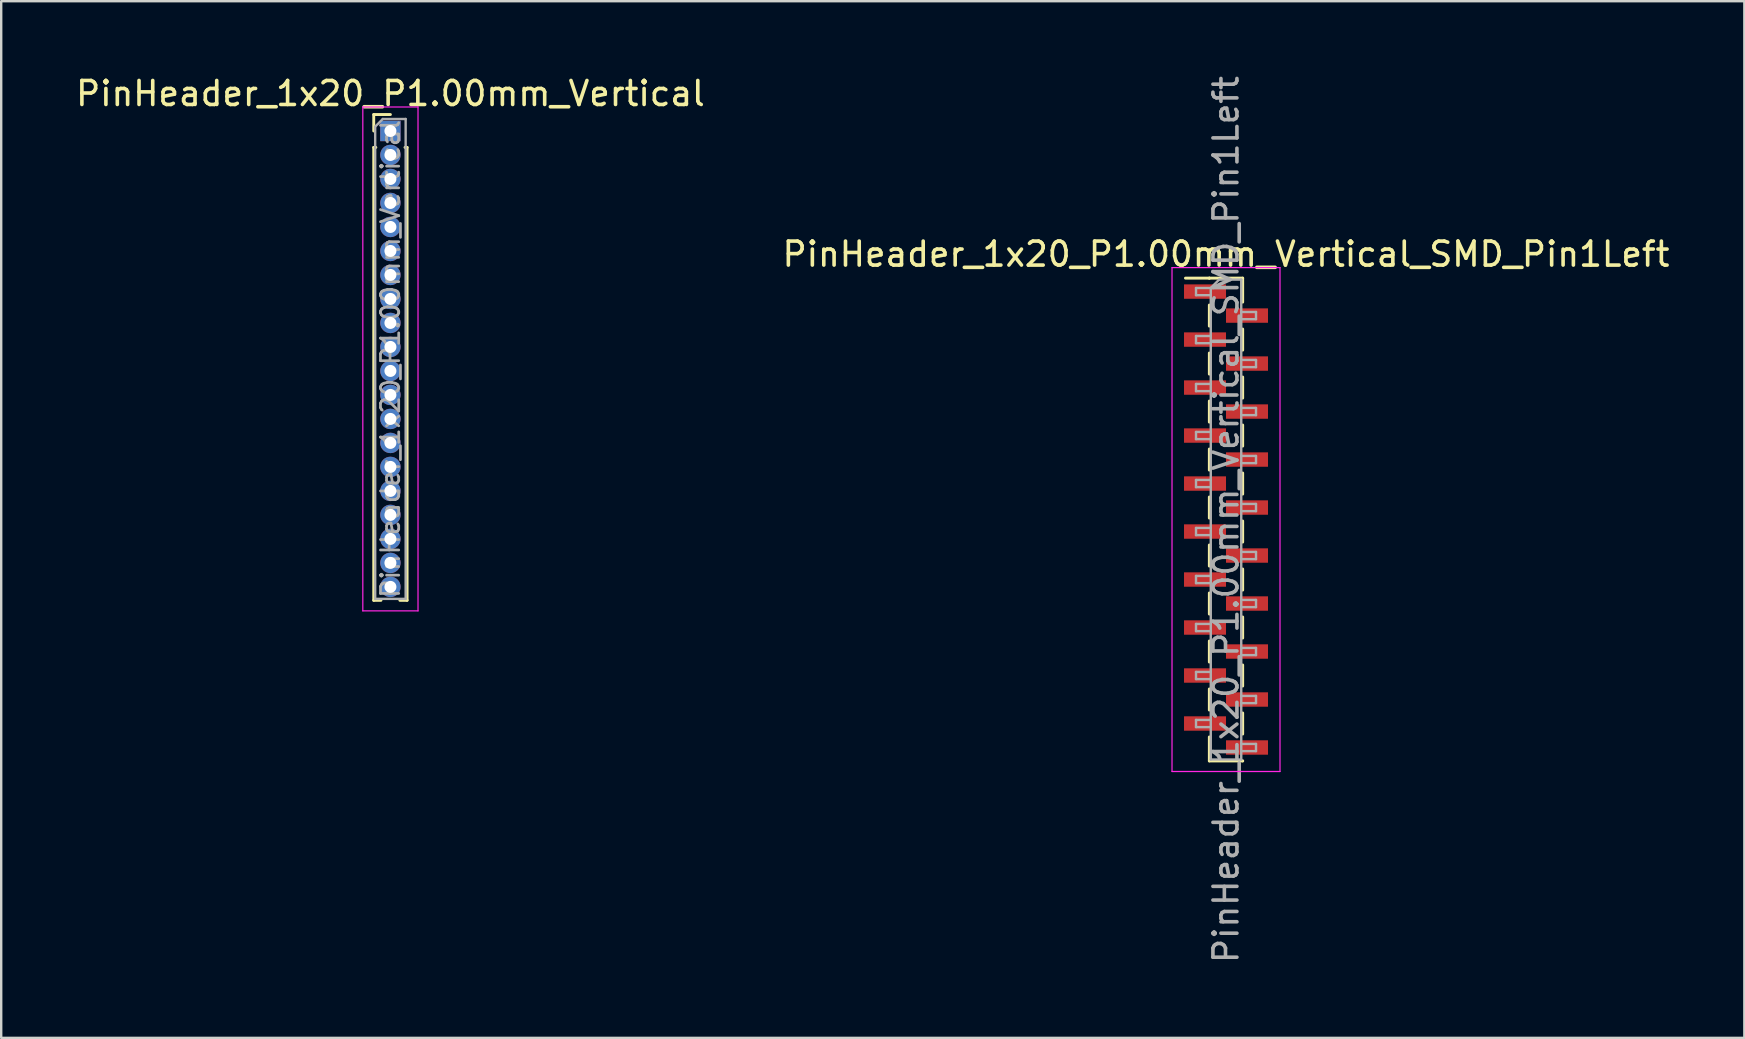
<source format=kicad_pcb>
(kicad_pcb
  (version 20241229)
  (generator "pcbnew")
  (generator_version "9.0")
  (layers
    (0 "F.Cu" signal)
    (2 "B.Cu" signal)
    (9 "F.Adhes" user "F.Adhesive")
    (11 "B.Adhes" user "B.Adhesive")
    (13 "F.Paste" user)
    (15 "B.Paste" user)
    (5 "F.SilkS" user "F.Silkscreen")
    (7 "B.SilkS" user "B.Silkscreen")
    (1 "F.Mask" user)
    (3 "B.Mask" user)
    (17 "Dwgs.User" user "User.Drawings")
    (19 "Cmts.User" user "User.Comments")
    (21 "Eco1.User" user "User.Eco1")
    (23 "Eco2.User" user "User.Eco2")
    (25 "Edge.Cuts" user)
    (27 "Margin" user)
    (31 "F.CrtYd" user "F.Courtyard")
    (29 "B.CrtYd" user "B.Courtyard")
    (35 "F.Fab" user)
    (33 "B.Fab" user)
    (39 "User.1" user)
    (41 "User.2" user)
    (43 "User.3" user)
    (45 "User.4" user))
  (footprint "PinHeader_1x20_P1.00mm_Vertical_SMD_Pin1Left"
    (layer "F.Cu")
    (at 48.042 18.601)
    (property "Reference" "PinHeader_1x20_P1.00mm_Vertical_SMD_Pin1Left" (at 0 -11.06 0) (layer "F.SilkS") (effects (font (size 1 1) (thickness 0.15))))
    (attr smd)
    (fp_line (start -0.695 -10.06) (end -1.69 -10.06) (stroke (width 0.12) (type solid)) (layer "F.SilkS"))
    (fp_line (start -0.695 -10.06) (end -0.695 -10.06) (stroke (width 0.12) (type solid)) (layer "F.SilkS"))
    (fp_line (start -0.695 -10.06) (end 0.695 -10.06) (stroke (width 0.12) (type solid)) (layer "F.SilkS"))
    (fp_line (start -0.695 -8.94) (end -0.695 -8.06) (stroke (width 0.12) (type solid)) (layer "F.SilkS"))
    (fp_line (start -0.695 -6.94) (end -0.695 -6.06) (stroke (width 0.12) (type solid)) (layer "F.SilkS"))
    (fp_line (start -0.695 -4.94) (end -0.695 -4.06) (stroke (width 0.12) (type solid)) (layer "F.SilkS"))
    (fp_line (start -0.695 -2.94) (end -0.695 -2.06) (stroke (width 0.12) (type solid)) (layer "F.SilkS"))
    (fp_line (start -0.695 -0.94) (end -0.695 -0.06) (stroke (width 0.12) (type solid)) (layer "F.SilkS"))
    (fp_line (start -0.695 1.06) (end -0.695 1.94) (stroke (width 0.12) (type solid)) (layer "F.SilkS"))
    (fp_line (start -0.695 3.06) (end -0.695 3.94) (stroke (width 0.12) (type solid)) (layer "F.SilkS"))
    (fp_line (start -0.695 5.06) (end -0.695 5.94) (stroke (width 0.12) (type solid)) (layer "F.SilkS"))
    (fp_line (start -0.695 7.06) (end -0.695 7.94) (stroke (width 0.12) (type solid)) (layer "F.SilkS"))
    (fp_line (start -0.695 9.06) (end -0.695 10.06) (stroke (width 0.12) (type solid)) (layer "F.SilkS"))
    (fp_line (start -0.695 10.06) (end 0.695 10.06) (stroke (width 0.12) (type solid)) (layer "F.SilkS"))
    (fp_line (start 0.695 -10.06) (end 0.695 -9.06) (stroke (width 0.12) (type solid)) (layer "F.SilkS"))
    (fp_line (start 0.695 -7.94) (end 0.695 -7.06) (stroke (width 0.12) (type solid)) (layer "F.SilkS"))
    (fp_line (start 0.695 -5.94) (end 0.695 -5.06) (stroke (width 0.12) (type solid)) (layer "F.SilkS"))
    (fp_line (start 0.695 -3.94) (end 0.695 -3.06) (stroke (width 0.12) (type solid)) (layer "F.SilkS"))
    (fp_line (start 0.695 -1.94) (end 0.695 -1.06) (stroke (width 0.12) (type solid)) (layer "F.SilkS"))
    (fp_line (start 0.695 0.06) (end 0.695 0.94) (stroke (width 0.12) (type solid)) (layer "F.SilkS"))
    (fp_line (start 0.695 2.06) (end 0.695 2.94) (stroke (width 0.12) (type solid)) (layer "F.SilkS"))
    (fp_line (start 0.695 4.06) (end 0.695 4.94) (stroke (width 0.12) (type solid)) (layer "F.SilkS"))
    (fp_line (start 0.695 6.06) (end 0.695 6.94) (stroke (width 0.12) (type solid)) (layer "F.SilkS"))
    (fp_line (start 0.695 8.06) (end 0.695 8.94) (stroke (width 0.12) (type solid)) (layer "F.SilkS"))
    (fp_line (start 0.695 10.06) (end 0.695 10.06) (stroke (width 0.12) (type solid)) (layer "F.SilkS"))
    (fp_line (start -2.25 -10.5) (end -2.25 10.5) (stroke (width 0.05) (type solid)) (layer "F.CrtYd"))
    (fp_line (start -2.25 10.5) (end 2.25 10.5) (stroke (width 0.05) (type solid)) (layer "F.CrtYd"))
    (fp_line (start 2.25 -10.5) (end -2.25 -10.5) (stroke (width 0.05) (type solid)) (layer "F.CrtYd"))
    (fp_line (start 2.25 10.5) (end 2.25 -10.5) (stroke (width 0.05) (type solid)) (layer "F.CrtYd"))
    (fp_line (start -1.25 -9.65) (end -1.25 -9.35) (stroke (width 0.1) (type solid)) (layer "F.Fab"))
    (fp_line (start -1.25 -9.35) (end -0.635 -9.35) (stroke (width 0.1) (type solid)) (layer "F.Fab"))
    (fp_line (start -1.25 -7.65) (end -1.25 -7.35) (stroke (width 0.1) (type solid)) (layer "F.Fab"))
    (fp_line (start -1.25 -7.35) (end -0.635 -7.35) (stroke (width 0.1) (type solid)) (layer "F.Fab"))
    (fp_line (start -1.25 -5.65) (end -1.25 -5.35) (stroke (width 0.1) (type solid)) (layer "F.Fab"))
    (fp_line (start -1.25 -5.35) (end -0.635 -5.35) (stroke (width 0.1) (type solid)) (layer "F.Fab"))
    (fp_line (start -1.25 -3.65) (end -1.25 -3.35) (stroke (width 0.1) (type solid)) (layer "F.Fab"))
    (fp_line (start -1.25 -3.35) (end -0.635 -3.35) (stroke (width 0.1) (type solid)) (layer "F.Fab"))
    (fp_line (start -1.25 -1.65) (end -1.25 -1.35) (stroke (width 0.1) (type solid)) (layer "F.Fab"))
    (fp_line (start -1.25 -1.35) (end -0.635 -1.35) (stroke (width 0.1) (type solid)) (layer "F.Fab"))
    (fp_line (start -1.25 0.35) (end -1.25 0.65) (stroke (width 0.1) (type solid)) (layer "F.Fab"))
    (fp_line (start -1.25 0.65) (end -0.635 0.65) (stroke (width 0.1) (type solid)) (layer "F.Fab"))
    (fp_line (start -1.25 2.35) (end -1.25 2.65) (stroke (width 0.1) (type solid)) (layer "F.Fab"))
    (fp_line (start -1.25 2.65) (end -0.635 2.65) (stroke (width 0.1) (type solid)) (layer "F.Fab"))
    (fp_line (start -1.25 4.35) (end -1.25 4.65) (stroke (width 0.1) (type solid)) (layer "F.Fab"))
    (fp_line (start -1.25 4.65) (end -0.635 4.65) (stroke (width 0.1) (type solid)) (layer "F.Fab"))
    (fp_line (start -1.25 6.35) (end -1.25 6.65) (stroke (width 0.1) (type solid)) (layer "F.Fab"))
    (fp_line (start -1.25 6.65) (end -0.635 6.65) (stroke (width 0.1) (type solid)) (layer "F.Fab"))
    (fp_line (start -1.25 8.35) (end -1.25 8.65) (stroke (width 0.1) (type solid)) (layer "F.Fab"))
    (fp_line (start -1.25 8.65) (end -0.635 8.65) (stroke (width 0.1) (type solid)) (layer "F.Fab"))
    (fp_line (start -0.635 -9.65) (end -1.25 -9.65) (stroke (width 0.1) (type solid)) (layer "F.Fab"))
    (fp_line (start -0.635 -9.65) (end -0.285 -10) (stroke (width 0.1) (type solid)) (layer "F.Fab"))
    (fp_line (start -0.635 -7.65) (end -1.25 -7.65) (stroke (width 0.1) (type solid)) (layer "F.Fab"))
    (fp_line (start -0.635 -5.65) (end -1.25 -5.65) (stroke (width 0.1) (type solid)) (layer "F.Fab"))
    (fp_line (start -0.635 -3.65) (end -1.25 -3.65) (stroke (width 0.1) (type solid)) (layer "F.Fab"))
    (fp_line (start -0.635 -1.65) (end -1.25 -1.65) (stroke (width 0.1) (type solid)) (layer "F.Fab"))
    (fp_line (start -0.635 0.35) (end -1.25 0.35) (stroke (width 0.1) (type solid)) (layer "F.Fab"))
    (fp_line (start -0.635 2.35) (end -1.25 2.35) (stroke (width 0.1) (type solid)) (layer "F.Fab"))
    (fp_line (start -0.635 4.35) (end -1.25 4.35) (stroke (width 0.1) (type solid)) (layer "F.Fab"))
    (fp_line (start -0.635 6.35) (end -1.25 6.35) (stroke (width 0.1) (type solid)) (layer "F.Fab"))
    (fp_line (start -0.635 8.35) (end -1.25 8.35) (stroke (width 0.1) (type solid)) (layer "F.Fab"))
    (fp_line (start -0.635 10) (end -0.635 -9.65) (stroke (width 0.1) (type solid)) (layer "F.Fab"))
    (fp_line (start -0.285 -10) (end 0.635 -10) (stroke (width 0.1) (type solid)) (layer "F.Fab"))
    (fp_line (start 0.635 -10) (end 0.635 10) (stroke (width 0.1) (type solid)) (layer "F.Fab"))
    (fp_line (start 0.635 -8.65) (end 1.25 -8.65) (stroke (width 0.1) (type solid)) (layer "F.Fab"))
    (fp_line (start 0.635 -6.65) (end 1.25 -6.65) (stroke (width 0.1) (type solid)) (layer "F.Fab"))
    (fp_line (start 0.635 -4.65) (end 1.25 -4.65) (stroke (width 0.1) (type solid)) (layer "F.Fab"))
    (fp_line (start 0.635 -2.65) (end 1.25 -2.65) (stroke (width 0.1) (type solid)) (layer "F.Fab"))
    (fp_line (start 0.635 -0.65) (end 1.25 -0.65) (stroke (width 0.1) (type solid)) (layer "F.Fab"))
    (fp_line (start 0.635 1.35) (end 1.25 1.35) (stroke (width 0.1) (type solid)) (layer "F.Fab"))
    (fp_line (start 0.635 3.35) (end 1.25 3.35) (stroke (width 0.1) (type solid)) (layer "F.Fab"))
    (fp_line (start 0.635 5.35) (end 1.25 5.35) (stroke (width 0.1) (type solid)) (layer "F.Fab"))
    (fp_line (start 0.635 7.35) (end 1.25 7.35) (stroke (width 0.1) (type solid)) (layer "F.Fab"))
    (fp_line (start 0.635 9.35) (end 1.25 9.35) (stroke (width 0.1) (type solid)) (layer "F.Fab"))
    (fp_line (start 0.635 10) (end -0.635 10) (stroke (width 0.1) (type solid)) (layer "F.Fab"))
    (fp_line (start 1.25 -8.65) (end 1.25 -8.35) (stroke (width 0.1) (type solid)) (layer "F.Fab"))
    (fp_line (start 1.25 -8.35) (end 0.635 -8.35) (stroke (width 0.1) (type solid)) (layer "F.Fab"))
    (fp_line (start 1.25 -6.65) (end 1.25 -6.35) (stroke (width 0.1) (type solid)) (layer "F.Fab"))
    (fp_line (start 1.25 -6.35) (end 0.635 -6.35) (stroke (width 0.1) (type solid)) (layer "F.Fab"))
    (fp_line (start 1.25 -4.65) (end 1.25 -4.35) (stroke (width 0.1) (type solid)) (layer "F.Fab"))
    (fp_line (start 1.25 -4.35) (end 0.635 -4.35) (stroke (width 0.1) (type solid)) (layer "F.Fab"))
    (fp_line (start 1.25 -2.65) (end 1.25 -2.35) (stroke (width 0.1) (type solid)) (layer "F.Fab"))
    (fp_line (start 1.25 -2.35) (end 0.635 -2.35) (stroke (width 0.1) (type solid)) (layer "F.Fab"))
    (fp_line (start 1.25 -0.65) (end 1.25 -0.35) (stroke (width 0.1) (type solid)) (layer "F.Fab"))
    (fp_line (start 1.25 -0.35) (end 0.635 -0.35) (stroke (width 0.1) (type solid)) (layer "F.Fab"))
    (fp_line (start 1.25 1.35) (end 1.25 1.65) (stroke (width 0.1) (type solid)) (layer "F.Fab"))
    (fp_line (start 1.25 1.65) (end 0.635 1.65) (stroke (width 0.1) (type solid)) (layer "F.Fab"))
    (fp_line (start 1.25 3.35) (end 1.25 3.65) (stroke (width 0.1) (type solid)) (layer "F.Fab"))
    (fp_line (start 1.25 3.65) (end 0.635 3.65) (stroke (width 0.1) (type solid)) (layer "F.Fab"))
    (fp_line (start 1.25 5.35) (end 1.25 5.65) (stroke (width 0.1) (type solid)) (layer "F.Fab"))
    (fp_line (start 1.25 5.65) (end 0.635 5.65) (stroke (width 0.1) (type solid)) (layer "F.Fab"))
    (fp_line (start 1.25 7.35) (end 1.25 7.65) (stroke (width 0.1) (type solid)) (layer "F.Fab"))
    (fp_line (start 1.25 7.65) (end 0.635 7.65) (stroke (width 0.1) (type solid)) (layer "F.Fab"))
    (fp_line (start 1.25 9.35) (end 1.25 9.65) (stroke (width 0.1) (type solid)) (layer "F.Fab"))
    (fp_line (start 1.25 9.65) (end 0.635 9.65) (stroke (width 0.1) (type solid)) (layer "F.Fab"))
    (fp_text user "${REFERENCE}" (at 0 0 90) (layer "F.Fab") (effects (font (size 1 1) (thickness 0.15))))
    (pad "1" smd rect (at -0.875 -9.5) (size 1.75 0.6) (layers "F.Cu" "F.Mask" "F.Paste"))
    (pad "2" smd rect (at 0.875 -8.5) (size 1.75 0.6) (layers "F.Cu" "F.Mask" "F.Paste"))
    (pad "3" smd rect (at -0.875 -7.5) (size 1.75 0.6) (layers "F.Cu" "F.Mask" "F.Paste"))
    (pad "4" smd rect (at 0.875 -6.5) (size 1.75 0.6) (layers "F.Cu" "F.Mask" "F.Paste"))
    (pad "5" smd rect (at -0.875 -5.5) (size 1.75 0.6) (layers "F.Cu" "F.Mask" "F.Paste"))
    (pad "6" smd rect (at 0.875 -4.5) (size 1.75 0.6) (layers "F.Cu" "F.Mask" "F.Paste"))
    (pad "7" smd rect (at -0.875 -3.5) (size 1.75 0.6) (layers "F.Cu" "F.Mask" "F.Paste"))
    (pad "8" smd rect (at 0.875 -2.5) (size 1.75 0.6) (layers "F.Cu" "F.Mask" "F.Paste"))
    (pad "9" smd rect (at -0.875 -1.5) (size 1.75 0.6) (layers "F.Cu" "F.Mask" "F.Paste"))
    (pad "10" smd rect (at 0.875 -0.5) (size 1.75 0.6) (layers "F.Cu" "F.Mask" "F.Paste"))
    (pad "11" smd rect (at -0.875 0.5) (size 1.75 0.6) (layers "F.Cu" "F.Mask" "F.Paste"))
    (pad "12" smd rect (at 0.875 1.5) (size 1.75 0.6) (layers "F.Cu" "F.Mask" "F.Paste"))
    (pad "13" smd rect (at -0.875 2.5) (size 1.75 0.6) (layers "F.Cu" "F.Mask" "F.Paste"))
    (pad "14" smd rect (at 0.875 3.5) (size 1.75 0.6) (layers "F.Cu" "F.Mask" "F.Paste"))
    (pad "15" smd rect (at -0.875 4.5) (size 1.75 0.6) (layers "F.Cu" "F.Mask" "F.Paste"))
    (pad "16" smd rect (at 0.875 5.5) (size 1.75 0.6) (layers "F.Cu" "F.Mask" "F.Paste"))
    (pad "17" smd rect (at -0.875 6.5) (size 1.75 0.6) (layers "F.Cu" "F.Mask" "F.Paste"))
    (pad "18" smd rect (at 0.875 7.5) (size 1.75 0.6) (layers "F.Cu" "F.Mask" "F.Paste"))
    (pad "19" smd rect (at -0.875 8.5) (size 1.75 0.6) (layers "F.Cu" "F.Mask" "F.Paste"))
    (pad "20" smd rect (at 0.875 9.5) (size 1.75 0.6) (layers "F.Cu" "F.Mask" "F.Paste")))
  (footprint "PinHeader_1x20_P1.00mm_Vertical"
    (layer "F.Cu")
    (at 13.22 2.408)
    (property "Reference" "PinHeader_1x20_P1.00mm_Vertical" (at 0 -1.56 0) (layer "F.SilkS") (effects (font (size 1 1) (thickness 0.15))))
    (attr through_hole)
    (fp_line (start -0.695 -0.685) (end 0 -0.685) (stroke (width 0.12) (type solid)) (layer "F.SilkS"))
    (fp_line (start -0.695 0) (end -0.695 -0.685) (stroke (width 0.12) (type solid)) (layer "F.SilkS"))
    (fp_line (start -0.695 0.685) (end -0.695 19.56) (stroke (width 0.12) (type solid)) (layer "F.SilkS"))
    (fp_line (start -0.695 0.685) (end -0.608 0.685) (stroke (width 0.12) (type solid)) (layer "F.SilkS"))
    (fp_line (start -0.695 19.56) (end -0.394 19.56) (stroke (width 0.12) (type solid)) (layer "F.SilkS"))
    (fp_line (start 0.394 19.56) (end 0.695 19.56) (stroke (width 0.12) (type solid)) (layer "F.SilkS"))
    (fp_line (start 0.608 0.685) (end 0.695 0.685) (stroke (width 0.12) (type solid)) (layer "F.SilkS"))
    (fp_line (start 0.695 0.685) (end 0.695 19.56) (stroke (width 0.12) (type solid)) (layer "F.SilkS"))
    (fp_line (start -1.15 -1) (end -1.15 20) (stroke (width 0.05) (type solid)) (layer "F.CrtYd"))
    (fp_line (start -1.15 20) (end 1.15 20) (stroke (width 0.05) (type solid)) (layer "F.CrtYd"))
    (fp_line (start 1.15 -1) (end -1.15 -1) (stroke (width 0.05) (type solid)) (layer "F.CrtYd"))
    (fp_line (start 1.15 20) (end 1.15 -1) (stroke (width 0.05) (type solid)) (layer "F.CrtYd"))
    (fp_line (start -0.635 -0.182) (end -0.318 -0.5) (stroke (width 0.1) (type solid)) (layer "F.Fab"))
    (fp_line (start -0.635 19.5) (end -0.635 -0.182) (stroke (width 0.1) (type solid)) (layer "F.Fab"))
    (fp_line (start -0.318 -0.5) (end 0.635 -0.5) (stroke (width 0.1) (type solid)) (layer "F.Fab"))
    (fp_line (start 0.635 -0.5) (end 0.635 19.5) (stroke (width 0.1) (type solid)) (layer "F.Fab"))
    (fp_line (start 0.635 19.5) (end -0.635 19.5) (stroke (width 0.1) (type solid)) (layer "F.Fab"))
    (fp_text user "${REFERENCE}" (at 0 9.5 90) (layer "F.Fab") (effects (font (size 0.76 0.76) (thickness 0.114))))
    (pad "1" thru_hole rect (at 0 0) (size 0.85 0.85) (drill 0.5) (layers "*.Cu" "*.Mask"))
    (pad "2" thru_hole oval (at 0 1) (size 0.85 0.85) (drill 0.5) (layers "*.Cu" "*.Mask"))
    (pad "3" thru_hole oval (at 0 2) (size 0.85 0.85) (drill 0.5) (layers "*.Cu" "*.Mask"))
    (pad "4" thru_hole oval (at 0 3) (size 0.85 0.85) (drill 0.5) (layers "*.Cu" "*.Mask"))
    (pad "5" thru_hole oval (at 0 4) (size 0.85 0.85) (drill 0.5) (layers "*.Cu" "*.Mask"))
    (pad "6" thru_hole oval (at 0 5) (size 0.85 0.85) (drill 0.5) (layers "*.Cu" "*.Mask"))
    (pad "7" thru_hole oval (at 0 6) (size 0.85 0.85) (drill 0.5) (layers "*.Cu" "*.Mask"))
    (pad "8" thru_hole oval (at 0 7) (size 0.85 0.85) (drill 0.5) (layers "*.Cu" "*.Mask"))
    (pad "9" thru_hole oval (at 0 8) (size 0.85 0.85) (drill 0.5) (layers "*.Cu" "*.Mask"))
    (pad "10" thru_hole oval (at 0 9) (size 0.85 0.85) (drill 0.5) (layers "*.Cu" "*.Mask"))
    (pad "11" thru_hole oval (at 0 10) (size 0.85 0.85) (drill 0.5) (layers "*.Cu" "*.Mask"))
    (pad "12" thru_hole oval (at 0 11) (size 0.85 0.85) (drill 0.5) (layers "*.Cu" "*.Mask"))
    (pad "13" thru_hole oval (at 0 12) (size 0.85 0.85) (drill 0.5) (layers "*.Cu" "*.Mask"))
    (pad "14" thru_hole oval (at 0 13) (size 0.85 0.85) (drill 0.5) (layers "*.Cu" "*.Mask"))
    (pad "15" thru_hole oval (at 0 14) (size 0.85 0.85) (drill 0.5) (layers "*.Cu" "*.Mask"))
    (pad "16" thru_hole oval (at 0 15) (size 0.85 0.85) (drill 0.5) (layers "*.Cu" "*.Mask"))
    (pad "17" thru_hole oval (at 0 16) (size 0.85 0.85) (drill 0.5) (layers "*.Cu" "*.Mask"))
    (pad "18" thru_hole oval (at 0 17) (size 0.85 0.85) (drill 0.5) (layers "*.Cu" "*.Mask"))
    (pad "19" thru_hole oval (at 0 18) (size 0.85 0.85) (drill 0.5) (layers "*.Cu" "*.Mask"))
    (pad "20" thru_hole oval (at 0 19) (size 0.85 0.85) (drill 0.5) (layers "*.Cu" "*.Mask")))
  (gr_rect
    (start -3 -3)
    (end 69.643 40.202)
    (stroke (width 0.1) (type default))
    (fill no)
    (layer "Edge.Cuts")))
</source>
